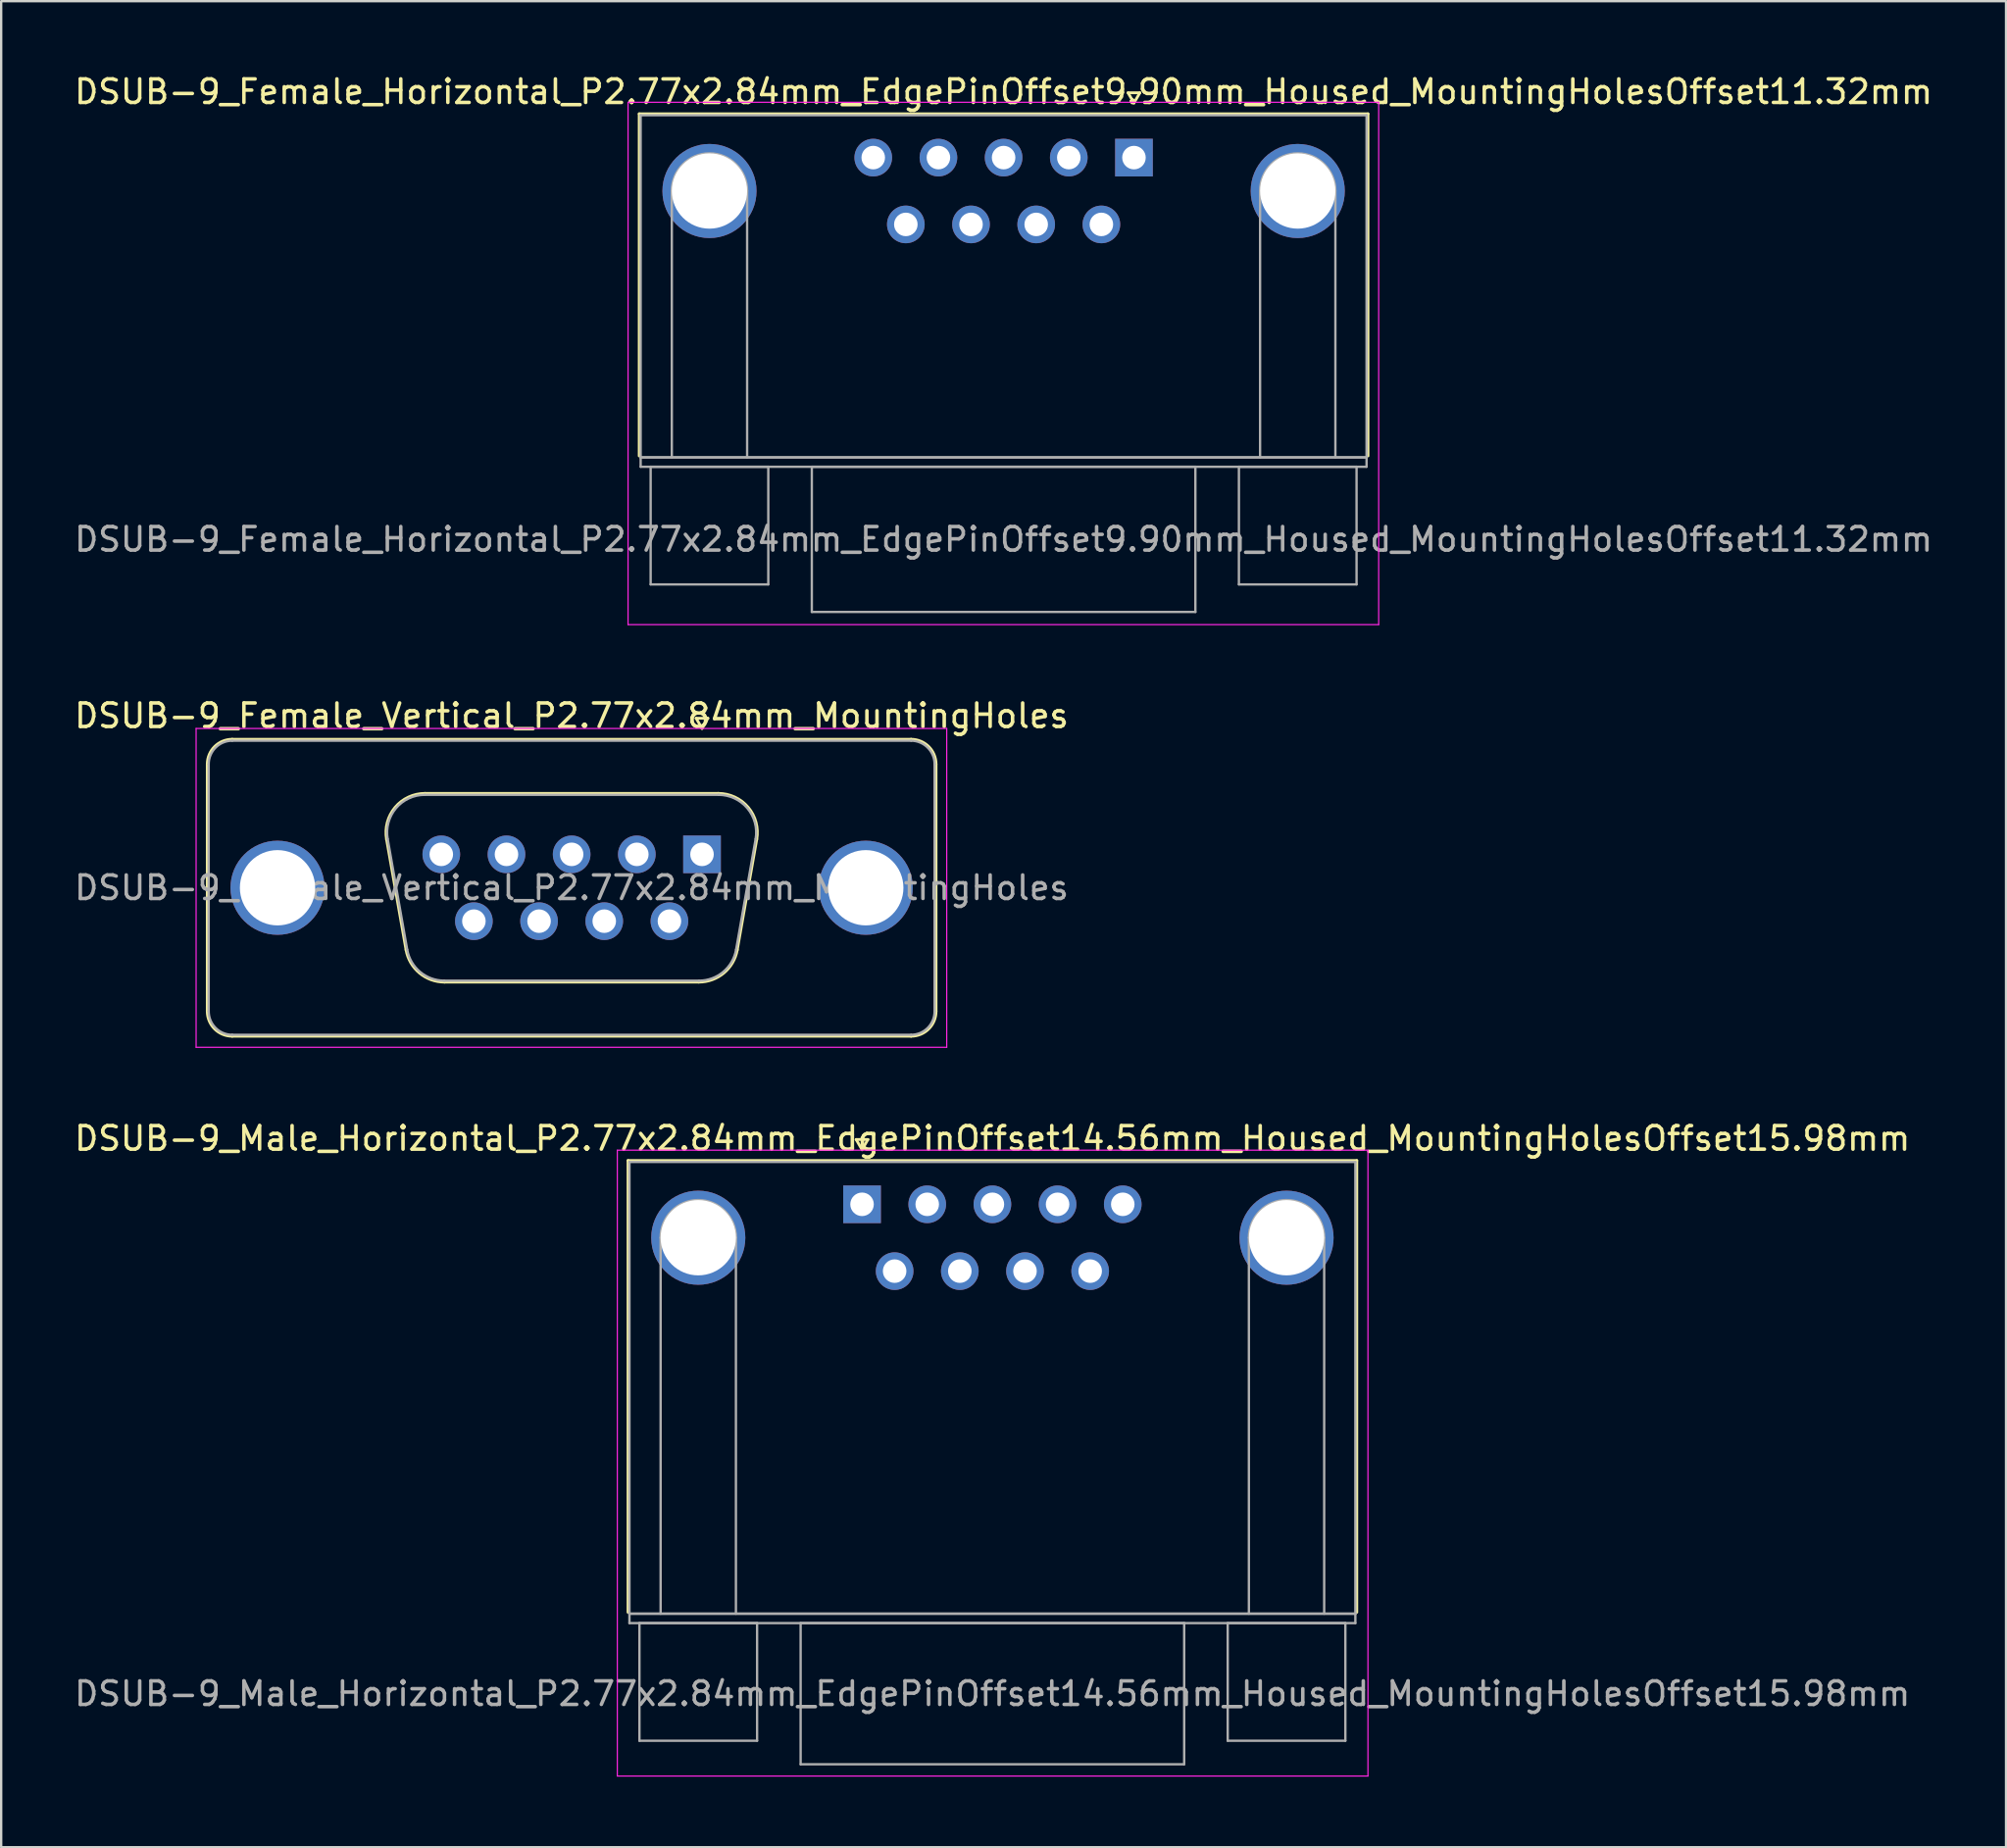
<source format=kicad_pcb>
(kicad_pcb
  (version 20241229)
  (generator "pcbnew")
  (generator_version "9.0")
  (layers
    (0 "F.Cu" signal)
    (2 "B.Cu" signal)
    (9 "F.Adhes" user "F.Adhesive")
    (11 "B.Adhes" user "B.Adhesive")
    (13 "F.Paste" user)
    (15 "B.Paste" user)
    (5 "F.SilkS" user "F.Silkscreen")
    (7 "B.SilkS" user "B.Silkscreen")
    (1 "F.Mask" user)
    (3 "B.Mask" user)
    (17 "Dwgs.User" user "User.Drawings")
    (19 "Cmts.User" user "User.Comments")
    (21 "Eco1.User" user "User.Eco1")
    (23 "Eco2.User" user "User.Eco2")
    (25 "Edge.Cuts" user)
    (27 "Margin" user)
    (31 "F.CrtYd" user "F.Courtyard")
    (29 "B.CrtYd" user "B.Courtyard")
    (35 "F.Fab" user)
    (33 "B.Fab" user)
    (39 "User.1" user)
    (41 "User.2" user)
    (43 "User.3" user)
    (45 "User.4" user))
  (footprint "DSUB-9_Male_Horizontal_P2.77x2.84mm_EdgePinOffset14.56mm_Housed_MountingHolesOffset15.98mm"
    (layer "F.Cu")
    (at 33.585 48.135)
    (property "Reference" "DSUB-9_Male_Horizontal_P2.77x2.84mm_EdgePinOffset14.56mm_Housed_MountingHolesOffset15.98mm" (at 5.54 -2.8 0) (layer "F.SilkS") (effects (font (size 1 1) (thickness 0.15))))
    (attr through_hole)
    (fp_line (start -9.945 -1.86) (end 21.025 -1.86) (stroke (width 0.12) (type solid)) (layer "F.SilkS"))
    (fp_line (start -9.945 17.34) (end -9.945 -1.86) (stroke (width 0.12) (type solid)) (layer "F.SilkS"))
    (fp_line (start -0.25 -2.754) (end 0.25 -2.754) (stroke (width 0.12) (type solid)) (layer "F.SilkS"))
    (fp_line (start 0 -2.321) (end -0.25 -2.754) (stroke (width 0.12) (type solid)) (layer "F.SilkS"))
    (fp_line (start 0.25 -2.754) (end 0 -2.321) (stroke (width 0.12) (type solid)) (layer "F.SilkS"))
    (fp_line (start 21.025 -1.86) (end 21.025 17.34) (stroke (width 0.12) (type solid)) (layer "F.SilkS"))
    (fp_line (start -10.4 -2.3) (end -10.4 24.3) (stroke (width 0.05) (type solid)) (layer "F.CrtYd"))
    (fp_line (start -10.4 24.3) (end 21.5 24.3) (stroke (width 0.05) (type solid)) (layer "F.CrtYd"))
    (fp_line (start 21.5 -2.3) (end -10.4 -2.3) (stroke (width 0.05) (type solid)) (layer "F.CrtYd"))
    (fp_line (start 21.5 24.3) (end 21.5 -2.3) (stroke (width 0.05) (type solid)) (layer "F.CrtYd"))
    (fp_line (start -9.885 -1.8) (end -9.885 17.4) (stroke (width 0.1) (type solid)) (layer "F.Fab"))
    (fp_line (start -9.885 17.4) (end -9.885 17.8) (stroke (width 0.1) (type solid)) (layer "F.Fab"))
    (fp_line (start -9.885 17.4) (end 20.965 17.4) (stroke (width 0.1) (type solid)) (layer "F.Fab"))
    (fp_line (start -9.885 17.8) (end 20.965 17.8) (stroke (width 0.1) (type solid)) (layer "F.Fab"))
    (fp_line (start -9.46 17.8) (end -9.46 22.8) (stroke (width 0.1) (type solid)) (layer "F.Fab"))
    (fp_line (start -9.46 22.8) (end -4.46 22.8) (stroke (width 0.1) (type solid)) (layer "F.Fab"))
    (fp_line (start -8.56 17.4) (end -8.56 1.42) (stroke (width 0.1) (type solid)) (layer "F.Fab"))
    (fp_line (start -5.36 17.4) (end -5.36 1.42) (stroke (width 0.1) (type solid)) (layer "F.Fab"))
    (fp_line (start -4.46 17.8) (end -9.46 17.8) (stroke (width 0.1) (type solid)) (layer "F.Fab"))
    (fp_line (start -4.46 22.8) (end -4.46 17.8) (stroke (width 0.1) (type solid)) (layer "F.Fab"))
    (fp_line (start -2.61 17.8) (end -2.61 23.8) (stroke (width 0.1) (type solid)) (layer "F.Fab"))
    (fp_line (start -2.61 23.8) (end 13.69 23.8) (stroke (width 0.1) (type solid)) (layer "F.Fab"))
    (fp_line (start 13.69 17.8) (end -2.61 17.8) (stroke (width 0.1) (type solid)) (layer "F.Fab"))
    (fp_line (start 13.69 23.8) (end 13.69 17.8) (stroke (width 0.1) (type solid)) (layer "F.Fab"))
    (fp_line (start 15.54 17.8) (end 15.54 22.8) (stroke (width 0.1) (type solid)) (layer "F.Fab"))
    (fp_line (start 15.54 22.8) (end 20.54 22.8) (stroke (width 0.1) (type solid)) (layer "F.Fab"))
    (fp_line (start 16.44 17.4) (end 16.44 1.42) (stroke (width 0.1) (type solid)) (layer "F.Fab"))
    (fp_line (start 19.64 17.4) (end 19.64 1.42) (stroke (width 0.1) (type solid)) (layer "F.Fab"))
    (fp_line (start 20.54 17.8) (end 15.54 17.8) (stroke (width 0.1) (type solid)) (layer "F.Fab"))
    (fp_line (start 20.54 22.8) (end 20.54 17.8) (stroke (width 0.1) (type solid)) (layer "F.Fab"))
    (fp_line (start 20.965 -1.8) (end -9.885 -1.8) (stroke (width 0.1) (type solid)) (layer "F.Fab"))
    (fp_line (start 20.965 17.4) (end -9.885 17.4) (stroke (width 0.1) (type solid)) (layer "F.Fab"))
    (fp_line (start 20.965 17.4) (end 20.965 -1.8) (stroke (width 0.1) (type solid)) (layer "F.Fab"))
    (fp_line (start 20.965 17.8) (end 20.965 17.4) (stroke (width 0.1) (type solid)) (layer "F.Fab"))
    (fp_arc (start -8.56 1.42) (mid -6.96 -0.18) (end -5.36 1.42) (stroke (width 0.1) (type solid)) (layer "F.Fab"))
    (fp_arc (start 16.44 1.42) (mid 18.04 -0.18) (end 19.64 1.42) (stroke (width 0.1) (type solid)) (layer "F.Fab"))
    (fp_text user "${REFERENCE}" (at 5.54 20.8 0) (layer "F.Fab") (effects (font (size 1 1) (thickness 0.15))))
    (pad "0" thru_hole circle (at -6.96 1.42) (size 4 4) (drill 3.2) (layers "*.Cu" "*.Mask"))
    (pad "0" thru_hole circle (at 18.04 1.42) (size 4 4) (drill 3.2) (layers "*.Cu" "*.Mask"))
    (pad "1" thru_hole rect (at 0 0) (size 1.6 1.6) (drill 1) (layers "*.Cu" "*.Mask"))
    (pad "2" thru_hole circle (at 2.77 0) (size 1.6 1.6) (drill 1) (layers "*.Cu" "*.Mask"))
    (pad "3" thru_hole circle (at 5.54 0) (size 1.6 1.6) (drill 1) (layers "*.Cu" "*.Mask"))
    (pad "4" thru_hole circle (at 8.31 0) (size 1.6 1.6) (drill 1) (layers "*.Cu" "*.Mask"))
    (pad "5" thru_hole circle (at 11.08 0) (size 1.6 1.6) (drill 1) (layers "*.Cu" "*.Mask"))
    (pad "6" thru_hole circle (at 1.385 2.84) (size 1.6 1.6) (drill 1) (layers "*.Cu" "*.Mask"))
    (pad "7" thru_hole circle (at 4.155 2.84) (size 1.6 1.6) (drill 1) (layers "*.Cu" "*.Mask"))
    (pad "8" thru_hole circle (at 6.925 2.84) (size 1.6 1.6) (drill 1) (layers "*.Cu" "*.Mask"))
    (pad "9" thru_hole circle (at 9.695 2.84) (size 1.6 1.6) (drill 1) (layers "*.Cu" "*.Mask")))
  (footprint "DSUB-9_Female_Horizontal_P2.77x2.84mm_EdgePinOffset9.90mm_Housed_MountingHolesOffset11.32mm"
    (layer "F.Cu")
    (at 45.141 3.648)
    (property "Reference" "DSUB-9_Female_Horizontal_P2.77x2.84mm_EdgePinOffset9.90mm_Housed_MountingHolesOffset11.32mm" (at -5.54 -2.8 0) (layer "F.SilkS") (effects (font (size 1 1) (thickness 0.15))))
    (attr through_hole)
    (fp_line (start -21.025 -1.86) (end 9.945 -1.86) (stroke (width 0.12) (type solid)) (layer "F.SilkS"))
    (fp_line (start -21.025 12.68) (end -21.025 -1.86) (stroke (width 0.12) (type solid)) (layer "F.SilkS"))
    (fp_line (start -0.25 -2.754) (end 0.25 -2.754) (stroke (width 0.12) (type solid)) (layer "F.SilkS"))
    (fp_line (start 0 -2.321) (end -0.25 -2.754) (stroke (width 0.12) (type solid)) (layer "F.SilkS"))
    (fp_line (start 0.25 -2.754) (end 0 -2.321) (stroke (width 0.12) (type solid)) (layer "F.SilkS"))
    (fp_line (start 9.945 -1.86) (end 9.945 12.68) (stroke (width 0.12) (type solid)) (layer "F.SilkS"))
    (fp_line (start -21.5 -2.35) (end -21.5 19.85) (stroke (width 0.05) (type solid)) (layer "F.CrtYd"))
    (fp_line (start -21.5 19.85) (end 10.4 19.85) (stroke (width 0.05) (type solid)) (layer "F.CrtYd"))
    (fp_line (start 10.4 -2.35) (end -21.5 -2.35) (stroke (width 0.05) (type solid)) (layer "F.CrtYd"))
    (fp_line (start 10.4 19.85) (end 10.4 -2.35) (stroke (width 0.05) (type solid)) (layer "F.CrtYd"))
    (fp_line (start -20.965 -1.8) (end -20.965 12.74) (stroke (width 0.1) (type solid)) (layer "F.Fab"))
    (fp_line (start -20.965 12.74) (end -20.965 13.14) (stroke (width 0.1) (type solid)) (layer "F.Fab"))
    (fp_line (start -20.965 12.74) (end 9.885 12.74) (stroke (width 0.1) (type solid)) (layer "F.Fab"))
    (fp_line (start -20.965 13.14) (end 9.885 13.14) (stroke (width 0.1) (type solid)) (layer "F.Fab"))
    (fp_line (start -20.54 13.14) (end -20.54 18.14) (stroke (width 0.1) (type solid)) (layer "F.Fab"))
    (fp_line (start -20.54 18.14) (end -15.54 18.14) (stroke (width 0.1) (type solid)) (layer "F.Fab"))
    (fp_line (start -19.64 12.74) (end -19.64 1.42) (stroke (width 0.1) (type solid)) (layer "F.Fab"))
    (fp_line (start -16.44 12.74) (end -16.44 1.42) (stroke (width 0.1) (type solid)) (layer "F.Fab"))
    (fp_line (start -15.54 13.14) (end -20.54 13.14) (stroke (width 0.1) (type solid)) (layer "F.Fab"))
    (fp_line (start -15.54 18.14) (end -15.54 13.14) (stroke (width 0.1) (type solid)) (layer "F.Fab"))
    (fp_line (start -13.69 13.14) (end -13.69 19.31) (stroke (width 0.1) (type solid)) (layer "F.Fab"))
    (fp_line (start -13.69 19.31) (end 2.61 19.31) (stroke (width 0.1) (type solid)) (layer "F.Fab"))
    (fp_line (start 2.61 13.14) (end -13.69 13.14) (stroke (width 0.1) (type solid)) (layer "F.Fab"))
    (fp_line (start 2.61 19.31) (end 2.61 13.14) (stroke (width 0.1) (type solid)) (layer "F.Fab"))
    (fp_line (start 4.46 13.14) (end 4.46 18.14) (stroke (width 0.1) (type solid)) (layer "F.Fab"))
    (fp_line (start 4.46 18.14) (end 9.46 18.14) (stroke (width 0.1) (type solid)) (layer "F.Fab"))
    (fp_line (start 5.36 12.74) (end 5.36 1.42) (stroke (width 0.1) (type solid)) (layer "F.Fab"))
    (fp_line (start 8.56 12.74) (end 8.56 1.42) (stroke (width 0.1) (type solid)) (layer "F.Fab"))
    (fp_line (start 9.46 13.14) (end 4.46 13.14) (stroke (width 0.1) (type solid)) (layer "F.Fab"))
    (fp_line (start 9.46 18.14) (end 9.46 13.14) (stroke (width 0.1) (type solid)) (layer "F.Fab"))
    (fp_line (start 9.885 -1.8) (end -20.965 -1.8) (stroke (width 0.1) (type solid)) (layer "F.Fab"))
    (fp_line (start 9.885 12.74) (end -20.965 12.74) (stroke (width 0.1) (type solid)) (layer "F.Fab"))
    (fp_line (start 9.885 12.74) (end 9.885 -1.8) (stroke (width 0.1) (type solid)) (layer "F.Fab"))
    (fp_line (start 9.885 13.14) (end 9.885 12.74) (stroke (width 0.1) (type solid)) (layer "F.Fab"))
    (fp_arc (start -19.64 1.42) (mid -18.04 -0.18) (end -16.44 1.42) (stroke (width 0.1) (type solid)) (layer "F.Fab"))
    (fp_arc (start 5.36 1.42) (mid 6.96 -0.18) (end 8.56 1.42) (stroke (width 0.1) (type solid)) (layer "F.Fab"))
    (fp_text user "${REFERENCE}" (at -5.54 16.225 0) (layer "F.Fab") (effects (font (size 1 1) (thickness 0.15))))
    (pad "0" thru_hole circle (at -18.04 1.42) (size 4 4) (drill 3.2) (layers "*.Cu" "*.Mask"))
    (pad "0" thru_hole circle (at 6.96 1.42) (size 4 4) (drill 3.2) (layers "*.Cu" "*.Mask"))
    (pad "1" thru_hole rect (at 0 0) (size 1.6 1.6) (drill 1) (layers "*.Cu" "*.Mask"))
    (pad "2" thru_hole circle (at -2.77 0) (size 1.6 1.6) (drill 1) (layers "*.Cu" "*.Mask"))
    (pad "3" thru_hole circle (at -5.54 0) (size 1.6 1.6) (drill 1) (layers "*.Cu" "*.Mask"))
    (pad "4" thru_hole circle (at -8.31 0) (size 1.6 1.6) (drill 1) (layers "*.Cu" "*.Mask"))
    (pad "5" thru_hole circle (at -11.08 0) (size 1.6 1.6) (drill 1) (layers "*.Cu" "*.Mask"))
    (pad "6" thru_hole circle (at -1.385 2.84) (size 1.6 1.6) (drill 1) (layers "*.Cu" "*.Mask"))
    (pad "7" thru_hole circle (at -4.155 2.84) (size 1.6 1.6) (drill 1) (layers "*.Cu" "*.Mask"))
    (pad "8" thru_hole circle (at -6.925 2.84) (size 1.6 1.6) (drill 1) (layers "*.Cu" "*.Mask"))
    (pad "9" thru_hole circle (at -9.695 2.84) (size 1.6 1.6) (drill 1) (layers "*.Cu" "*.Mask")))
  (footprint "DSUB-9_Female_Vertical_P2.77x2.84mm_MountingHoles"
    (layer "F.Cu")
    (at 26.784 33.261)
    (property "Reference" "DSUB-9_Female_Vertical_P2.77x2.84mm_MountingHoles" (at -5.54 -5.89 0) (layer "F.SilkS") (effects (font (size 1 1) (thickness 0.15))))
    (attr through_hole)
    (fp_line (start -21.025 6.67) (end -21.025 -3.83) (stroke (width 0.12) (type solid)) (layer "F.SilkS"))
    (fp_line (start -19.965 -4.89) (end 8.885 -4.89) (stroke (width 0.12) (type solid)) (layer "F.SilkS"))
    (fp_line (start -13.406 -0.642) (end -12.578 4.058) (stroke (width 0.12) (type solid)) (layer "F.SilkS"))
    (fp_line (start -11.772 -2.59) (end 0.692 -2.59) (stroke (width 0.12) (type solid)) (layer "F.SilkS"))
    (fp_line (start -10.943 5.43) (end -0.137 5.43) (stroke (width 0.12) (type solid)) (layer "F.SilkS"))
    (fp_line (start -0.25 -5.784) (end 0.25 -5.784) (stroke (width 0.12) (type solid)) (layer "F.SilkS"))
    (fp_line (start 0 -5.351) (end -0.25 -5.784) (stroke (width 0.12) (type solid)) (layer "F.SilkS"))
    (fp_line (start 0.25 -5.784) (end 0 -5.351) (stroke (width 0.12) (type solid)) (layer "F.SilkS"))
    (fp_line (start 2.326 -0.642) (end 1.498 4.058) (stroke (width 0.12) (type solid)) (layer "F.SilkS"))
    (fp_line (start 8.885 7.73) (end -19.965 7.73) (stroke (width 0.12) (type solid)) (layer "F.SilkS"))
    (fp_line (start 9.945 -3.83) (end 9.945 6.67) (stroke (width 0.12) (type solid)) (layer "F.SilkS"))
    (fp_arc (start -21.025 -3.83) (mid -20.714533 -4.579533) (end -19.965 -4.89) (stroke (width 0.12) (type solid)) (layer "F.SilkS"))
    (fp_arc (start -19.965 7.73) (mid -20.714533 7.419533) (end -21.025 6.67) (stroke (width 0.12) (type solid)) (layer "F.SilkS"))
    (fp_arc (start -13.40647 -0.641744) (mid -13.043323 -1.997028) (end -11.771689 -2.59) (stroke (width 0.12) (type solid)) (layer "F.SilkS"))
    (fp_arc (start -10.942952 5.43) (mid -12.009979 5.041634) (end -12.577733 4.058256) (stroke (width 0.12) (type solid)) (layer "F.SilkS"))
    (fp_arc (start 0.691689 -2.59) (mid 1.963323 -1.997027) (end 2.32647 -0.641744) (stroke (width 0.12) (type solid)) (layer "F.SilkS"))
    (fp_arc (start 1.497733 4.058256) (mid 0.92998 5.041634) (end -0.137048 5.43) (stroke (width 0.12) (type solid)) (layer "F.SilkS"))
    (fp_arc (start 8.885 -4.89) (mid 9.634533 -4.579533) (end 9.945 -3.83) (stroke (width 0.12) (type solid)) (layer "F.SilkS"))
    (fp_arc (start 9.945 6.67) (mid 9.634533 7.419533) (end 8.885 7.73) (stroke (width 0.12) (type solid)) (layer "F.SilkS"))
    (fp_line (start -21.5 -5.35) (end -21.5 8.2) (stroke (width 0.05) (type solid)) (layer "F.CrtYd"))
    (fp_line (start -21.5 8.2) (end 10.4 8.2) (stroke (width 0.05) (type solid)) (layer "F.CrtYd"))
    (fp_line (start 10.4 -5.35) (end -21.5 -5.35) (stroke (width 0.05) (type solid)) (layer "F.CrtYd"))
    (fp_line (start 10.4 8.2) (end 10.4 -5.35) (stroke (width 0.05) (type solid)) (layer "F.CrtYd"))
    (fp_line (start -20.965 6.67) (end -20.965 -3.83) (stroke (width 0.1) (type solid)) (layer "F.Fab"))
    (fp_line (start -19.965 -4.83) (end 8.885 -4.83) (stroke (width 0.1) (type solid)) (layer "F.Fab"))
    (fp_line (start -13.359 -0.652) (end -12.53 4.048) (stroke (width 0.1) (type solid)) (layer "F.Fab"))
    (fp_line (start -11.783 -2.53) (end 0.703 -2.53) (stroke (width 0.1) (type solid)) (layer "F.Fab"))
    (fp_line (start -10.954 5.37) (end -0.126 5.37) (stroke (width 0.1) (type solid)) (layer "F.Fab"))
    (fp_line (start 2.279 -0.652) (end 1.45 4.048) (stroke (width 0.1) (type solid)) (layer "F.Fab"))
    (fp_line (start 8.885 7.67) (end -19.965 7.67) (stroke (width 0.1) (type solid)) (layer "F.Fab"))
    (fp_line (start 9.885 -3.83) (end 9.885 6.67) (stroke (width 0.1) (type solid)) (layer "F.Fab"))
    (fp_arc (start -20.965 -3.83) (mid -20.672107 -4.537107) (end -19.965 -4.83) (stroke (width 0.1) (type solid)) (layer "F.Fab"))
    (fp_arc (start -19.965 7.67) (mid -20.672107 7.377107) (end -20.965 6.67) (stroke (width 0.1) (type solid)) (layer "F.Fab"))
    (fp_arc (start -13.358886 -0.652163) (mid -13.008865 -1.95846) (end -11.783194 -2.53) (stroke (width 0.1) (type solid)) (layer "F.Fab"))
    (fp_arc (start -10.954457 5.37) (mid -11.982917 4.995671) (end -12.530149 4.047837) (stroke (width 0.1) (type solid)) (layer "F.Fab"))
    (fp_arc (start 0.703194 -2.53) (mid 1.928865 -1.95846) (end 2.278886 -0.652163) (stroke (width 0.1) (type solid)) (layer "F.Fab"))
    (fp_arc (start 1.450149 4.047837) (mid 0.902917 4.995671) (end -0.125543 5.37) (stroke (width 0.1) (type solid)) (layer "F.Fab"))
    (fp_arc (start 8.885 -4.83) (mid 9.592107 -4.537107) (end 9.885 -3.83) (stroke (width 0.1) (type solid)) (layer "F.Fab"))
    (fp_arc (start 9.885 6.67) (mid 9.592107 7.377107) (end 8.885 7.67) (stroke (width 0.1) (type solid)) (layer "F.Fab"))
    (fp_text user "${REFERENCE}" (at -5.54 1.42 0) (layer "F.Fab") (effects (font (size 1 1) (thickness 0.15))))
    (pad "0" thru_hole circle (at -18.04 1.42) (size 4 4) (drill 3.2) (layers "*.Cu" "*.Mask"))
    (pad "0" thru_hole circle (at 6.96 1.42) (size 4 4) (drill 3.2) (layers "*.Cu" "*.Mask"))
    (pad "1" thru_hole rect (at 0 0) (size 1.6 1.6) (drill 1) (layers "*.Cu" "*.Mask"))
    (pad "2" thru_hole circle (at -2.77 0) (size 1.6 1.6) (drill 1) (layers "*.Cu" "*.Mask"))
    (pad "3" thru_hole circle (at -5.54 0) (size 1.6 1.6) (drill 1) (layers "*.Cu" "*.Mask"))
    (pad "4" thru_hole circle (at -8.31 0) (size 1.6 1.6) (drill 1) (layers "*.Cu" "*.Mask"))
    (pad "5" thru_hole circle (at -11.08 0) (size 1.6 1.6) (drill 1) (layers "*.Cu" "*.Mask"))
    (pad "6" thru_hole circle (at -1.385 2.84) (size 1.6 1.6) (drill 1) (layers "*.Cu" "*.Mask"))
    (pad "7" thru_hole circle (at -4.155 2.84) (size 1.6 1.6) (drill 1) (layers "*.Cu" "*.Mask"))
    (pad "8" thru_hole circle (at -6.925 2.84) (size 1.6 1.6) (drill 1) (layers "*.Cu" "*.Mask"))
    (pad "9" thru_hole circle (at -9.695 2.84) (size 1.6 1.6) (drill 1) (layers "*.Cu" "*.Mask")))
  (gr_rect
    (start -3 -3)
    (end 82.202 75.46)
    (stroke (width 0.1) (type default))
    (fill no)
    (layer "Edge.Cuts")))
</source>
